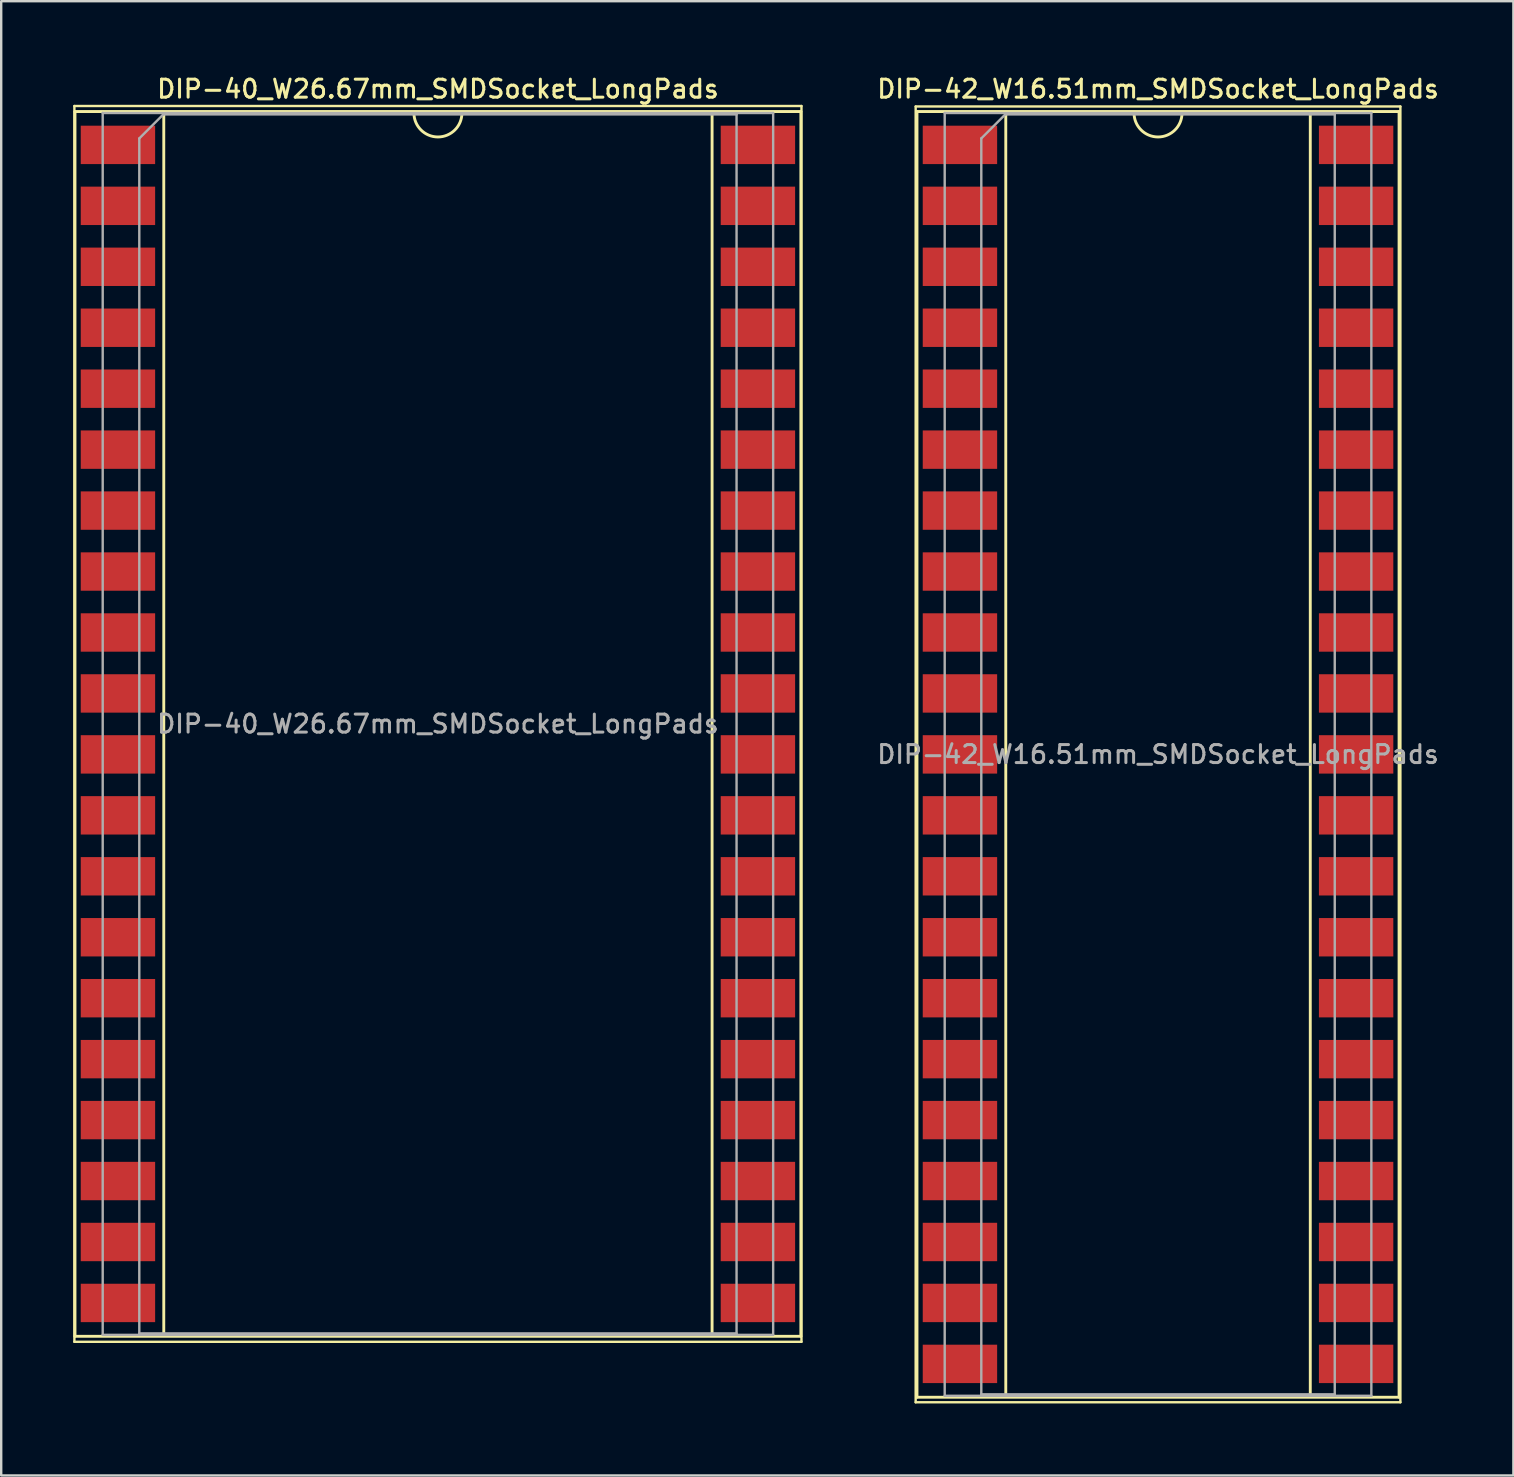
<source format=kicad_pcb>
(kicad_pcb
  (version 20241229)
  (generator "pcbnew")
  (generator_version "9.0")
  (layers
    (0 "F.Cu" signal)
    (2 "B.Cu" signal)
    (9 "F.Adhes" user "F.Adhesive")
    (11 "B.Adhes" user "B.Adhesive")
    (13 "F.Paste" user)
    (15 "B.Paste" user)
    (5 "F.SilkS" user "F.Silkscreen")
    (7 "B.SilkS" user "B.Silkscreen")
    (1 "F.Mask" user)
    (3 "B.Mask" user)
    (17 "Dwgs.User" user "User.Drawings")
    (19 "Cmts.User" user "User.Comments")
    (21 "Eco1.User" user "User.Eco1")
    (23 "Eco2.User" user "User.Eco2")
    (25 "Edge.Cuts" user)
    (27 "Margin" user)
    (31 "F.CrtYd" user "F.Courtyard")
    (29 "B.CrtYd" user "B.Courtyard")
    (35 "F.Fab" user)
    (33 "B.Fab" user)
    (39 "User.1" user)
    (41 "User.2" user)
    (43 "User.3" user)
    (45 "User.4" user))
  (footprint "DIP-42_W16.51mm_SMDSocket_LongPads"
    (layer "F.Cu")
    (at 45.209 28.388)
    (property "Reference" "DIP-42_W16.51mm_SMDSocket_LongPads" (at 0 -27.73 0) (layer "F.SilkS") (effects (font (size 0.75 0.75) (thickness 0.125))))
    (attr smd)
    (fp_line (start -10.1 -27) (end -10.1 27) (stroke (width 0.1) (type solid)) (layer "F.SilkS"))
    (fp_line (start -10.1 27) (end 10.1 27) (stroke (width 0.1) (type solid)) (layer "F.SilkS"))
    (fp_line (start -10.045 -26.79) (end -10.045 26.79) (stroke (width 0.12) (type solid)) (layer "F.SilkS"))
    (fp_line (start -10.045 26.79) (end 10.045 26.79) (stroke (width 0.12) (type solid)) (layer "F.SilkS"))
    (fp_line (start -6.345 -26.73) (end -6.345 26.73) (stroke (width 0.12) (type solid)) (layer "F.SilkS"))
    (fp_line (start -6.345 26.73) (end 6.345 26.73) (stroke (width 0.12) (type solid)) (layer "F.SilkS"))
    (fp_line (start -1 -26.73) (end -6.345 -26.73) (stroke (width 0.12) (type solid)) (layer "F.SilkS"))
    (fp_line (start 6.345 -26.73) (end 1 -26.73) (stroke (width 0.12) (type solid)) (layer "F.SilkS"))
    (fp_line (start 6.345 26.73) (end 6.345 -26.73) (stroke (width 0.12) (type solid)) (layer "F.SilkS"))
    (fp_line (start 10.045 -26.79) (end -10.045 -26.79) (stroke (width 0.12) (type solid)) (layer "F.SilkS"))
    (fp_line (start 10.045 26.79) (end 10.045 -26.79) (stroke (width 0.12) (type solid)) (layer "F.SilkS"))
    (fp_line (start 10.1 -27) (end -10.1 -27) (stroke (width 0.1) (type solid)) (layer "F.SilkS"))
    (fp_line (start 10.1 27) (end 10.1 -27) (stroke (width 0.1) (type solid)) (layer "F.SilkS"))
    (fp_arc (start 1 -26.73) (mid 0 -25.73) (end -1 -26.73) (stroke (width 0.12) (type solid)) (layer "F.SilkS"))
    (fp_line (start -8.89 -26.73) (end -8.89 26.73) (stroke (width 0.1) (type solid)) (layer "F.Fab"))
    (fp_line (start -8.89 26.73) (end 8.89 26.73) (stroke (width 0.1) (type solid)) (layer "F.Fab"))
    (fp_line (start -7.365 -25.67) (end -6.365 -26.67) (stroke (width 0.1) (type solid)) (layer "F.Fab"))
    (fp_line (start -7.365 26.67) (end -7.365 -25.67) (stroke (width 0.1) (type solid)) (layer "F.Fab"))
    (fp_line (start -6.365 -26.67) (end 7.365 -26.67) (stroke (width 0.1) (type solid)) (layer "F.Fab"))
    (fp_line (start 7.365 -26.67) (end 7.365 26.67) (stroke (width 0.1) (type solid)) (layer "F.Fab"))
    (fp_line (start 7.365 26.67) (end -7.365 26.67) (stroke (width 0.1) (type solid)) (layer "F.Fab"))
    (fp_line (start 8.89 -26.73) (end -8.89 -26.73) (stroke (width 0.1) (type solid)) (layer "F.Fab"))
    (fp_line (start 8.89 26.73) (end 8.89 -26.73) (stroke (width 0.1) (type solid)) (layer "F.Fab"))
    (fp_text user "${REFERENCE}" (at 0 0 0) (layer "F.Fab") (effects (font (size 0.75 0.75) (thickness 0.125))))
    (pad "1" smd rect (at -8.255 -25.4) (size 3.1 1.6) (layers "F.Cu" "F.Mask" "F.Paste"))
    (pad "2" smd rect (at -8.255 -22.86) (size 3.1 1.6) (layers "F.Cu" "F.Mask" "F.Paste"))
    (pad "3" smd rect (at -8.255 -20.32) (size 3.1 1.6) (layers "F.Cu" "F.Mask" "F.Paste"))
    (pad "4" smd rect (at -8.255 -17.78) (size 3.1 1.6) (layers "F.Cu" "F.Mask" "F.Paste"))
    (pad "5" smd rect (at -8.255 -15.24) (size 3.1 1.6) (layers "F.Cu" "F.Mask" "F.Paste"))
    (pad "6" smd rect (at -8.255 -12.7) (size 3.1 1.6) (layers "F.Cu" "F.Mask" "F.Paste"))
    (pad "7" smd rect (at -8.255 -10.16) (size 3.1 1.6) (layers "F.Cu" "F.Mask" "F.Paste"))
    (pad "8" smd rect (at -8.255 -7.62) (size 3.1 1.6) (layers "F.Cu" "F.Mask" "F.Paste"))
    (pad "9" smd rect (at -8.255 -5.08) (size 3.1 1.6) (layers "F.Cu" "F.Mask" "F.Paste"))
    (pad "10" smd rect (at -8.255 -2.54) (size 3.1 1.6) (layers "F.Cu" "F.Mask" "F.Paste"))
    (pad "11" smd rect (at -8.255 0) (size 3.1 1.6) (layers "F.Cu" "F.Mask" "F.Paste"))
    (pad "12" smd rect (at -8.255 2.54) (size 3.1 1.6) (layers "F.Cu" "F.Mask" "F.Paste"))
    (pad "13" smd rect (at -8.255 5.08) (size 3.1 1.6) (layers "F.Cu" "F.Mask" "F.Paste"))
    (pad "14" smd rect (at -8.255 7.62) (size 3.1 1.6) (layers "F.Cu" "F.Mask" "F.Paste"))
    (pad "15" smd rect (at -8.255 10.16) (size 3.1 1.6) (layers "F.Cu" "F.Mask" "F.Paste"))
    (pad "16" smd rect (at -8.255 12.7) (size 3.1 1.6) (layers "F.Cu" "F.Mask" "F.Paste"))
    (pad "17" smd rect (at -8.255 15.24) (size 3.1 1.6) (layers "F.Cu" "F.Mask" "F.Paste"))
    (pad "18" smd rect (at -8.255 17.78) (size 3.1 1.6) (layers "F.Cu" "F.Mask" "F.Paste"))
    (pad "19" smd rect (at -8.255 20.32) (size 3.1 1.6) (layers "F.Cu" "F.Mask" "F.Paste"))
    (pad "20" smd rect (at -8.255 22.86) (size 3.1 1.6) (layers "F.Cu" "F.Mask" "F.Paste"))
    (pad "21" smd rect (at -8.255 25.4) (size 3.1 1.6) (layers "F.Cu" "F.Mask" "F.Paste"))
    (pad "22" smd rect (at 8.255 25.4) (size 3.1 1.6) (layers "F.Cu" "F.Mask" "F.Paste"))
    (pad "23" smd rect (at 8.255 22.86) (size 3.1 1.6) (layers "F.Cu" "F.Mask" "F.Paste"))
    (pad "24" smd rect (at 8.255 20.32) (size 3.1 1.6) (layers "F.Cu" "F.Mask" "F.Paste"))
    (pad "25" smd rect (at 8.255 17.78) (size 3.1 1.6) (layers "F.Cu" "F.Mask" "F.Paste"))
    (pad "26" smd rect (at 8.255 15.24) (size 3.1 1.6) (layers "F.Cu" "F.Mask" "F.Paste"))
    (pad "27" smd rect (at 8.255 12.7) (size 3.1 1.6) (layers "F.Cu" "F.Mask" "F.Paste"))
    (pad "28" smd rect (at 8.255 10.16) (size 3.1 1.6) (layers "F.Cu" "F.Mask" "F.Paste"))
    (pad "29" smd rect (at 8.255 7.62) (size 3.1 1.6) (layers "F.Cu" "F.Mask" "F.Paste"))
    (pad "30" smd rect (at 8.255 5.08) (size 3.1 1.6) (layers "F.Cu" "F.Mask" "F.Paste"))
    (pad "31" smd rect (at 8.255 2.54) (size 3.1 1.6) (layers "F.Cu" "F.Mask" "F.Paste"))
    (pad "32" smd rect (at 8.255 0) (size 3.1 1.6) (layers "F.Cu" "F.Mask" "F.Paste"))
    (pad "33" smd rect (at 8.255 -2.54) (size 3.1 1.6) (layers "F.Cu" "F.Mask" "F.Paste"))
    (pad "34" smd rect (at 8.255 -5.08) (size 3.1 1.6) (layers "F.Cu" "F.Mask" "F.Paste"))
    (pad "35" smd rect (at 8.255 -7.62) (size 3.1 1.6) (layers "F.Cu" "F.Mask" "F.Paste"))
    (pad "36" smd rect (at 8.255 -10.16) (size 3.1 1.6) (layers "F.Cu" "F.Mask" "F.Paste"))
    (pad "37" smd rect (at 8.255 -12.7) (size 3.1 1.6) (layers "F.Cu" "F.Mask" "F.Paste"))
    (pad "38" smd rect (at 8.255 -15.24) (size 3.1 1.6) (layers "F.Cu" "F.Mask" "F.Paste"))
    (pad "39" smd rect (at 8.255 -17.78) (size 3.1 1.6) (layers "F.Cu" "F.Mask" "F.Paste"))
    (pad "40" smd rect (at 8.255 -20.32) (size 3.1 1.6) (layers "F.Cu" "F.Mask" "F.Paste"))
    (pad "41" smd rect (at 8.255 -22.86) (size 3.1 1.6) (layers "F.Cu" "F.Mask" "F.Paste"))
    (pad "42" smd rect (at 8.255 -25.4) (size 3.1 1.6) (layers "F.Cu" "F.Mask" "F.Paste")))
  (footprint "DIP-40_W26.67mm_SMDSocket_LongPads"
    (layer "F.Cu")
    (at 15.2 27.118)
    (property "Reference" "DIP-40_W26.67mm_SMDSocket_LongPads" (at 0 -26.46 0) (layer "F.SilkS") (effects (font (size 0.75 0.75) (thickness 0.125))))
    (attr smd)
    (fp_line (start -15.15 -25.75) (end -15.15 25.75) (stroke (width 0.1) (type solid)) (layer "F.SilkS"))
    (fp_line (start -15.15 25.75) (end 15.15 25.75) (stroke (width 0.1) (type solid)) (layer "F.SilkS"))
    (fp_line (start -15.125 -25.52) (end -15.125 25.52) (stroke (width 0.12) (type solid)) (layer "F.SilkS"))
    (fp_line (start -15.125 25.52) (end 15.125 25.52) (stroke (width 0.12) (type solid)) (layer "F.SilkS"))
    (fp_line (start -11.425 -25.46) (end -11.425 25.46) (stroke (width 0.12) (type solid)) (layer "F.SilkS"))
    (fp_line (start -11.425 25.46) (end 11.425 25.46) (stroke (width 0.12) (type solid)) (layer "F.SilkS"))
    (fp_line (start -1 -25.46) (end -11.425 -25.46) (stroke (width 0.12) (type solid)) (layer "F.SilkS"))
    (fp_line (start 11.425 -25.46) (end 1 -25.46) (stroke (width 0.12) (type solid)) (layer "F.SilkS"))
    (fp_line (start 11.425 25.46) (end 11.425 -25.46) (stroke (width 0.12) (type solid)) (layer "F.SilkS"))
    (fp_line (start 15.125 -25.52) (end -15.125 -25.52) (stroke (width 0.12) (type solid)) (layer "F.SilkS"))
    (fp_line (start 15.125 25.52) (end 15.125 -25.52) (stroke (width 0.12) (type solid)) (layer "F.SilkS"))
    (fp_line (start 15.15 -25.75) (end -15.15 -25.75) (stroke (width 0.1) (type solid)) (layer "F.SilkS"))
    (fp_line (start 15.15 25.75) (end 15.15 -25.75) (stroke (width 0.1) (type solid)) (layer "F.SilkS"))
    (fp_arc (start 1 -25.46) (mid 0 -24.46) (end -1 -25.46) (stroke (width 0.12) (type solid)) (layer "F.SilkS"))
    (fp_line (start -13.97 -25.46) (end -13.97 25.46) (stroke (width 0.1) (type solid)) (layer "F.Fab"))
    (fp_line (start -13.97 25.46) (end 13.97 25.46) (stroke (width 0.1) (type solid)) (layer "F.Fab"))
    (fp_line (start -12.445 -24.4) (end -11.445 -25.4) (stroke (width 0.1) (type solid)) (layer "F.Fab"))
    (fp_line (start -12.445 25.4) (end -12.445 -24.4) (stroke (width 0.1) (type solid)) (layer "F.Fab"))
    (fp_line (start -11.445 -25.4) (end 12.445 -25.4) (stroke (width 0.1) (type solid)) (layer "F.Fab"))
    (fp_line (start 12.445 -25.4) (end 12.445 25.4) (stroke (width 0.1) (type solid)) (layer "F.Fab"))
    (fp_line (start 12.445 25.4) (end -12.445 25.4) (stroke (width 0.1) (type solid)) (layer "F.Fab"))
    (fp_line (start 13.97 -25.46) (end -13.97 -25.46) (stroke (width 0.1) (type solid)) (layer "F.Fab"))
    (fp_line (start 13.97 25.46) (end 13.97 -25.46) (stroke (width 0.1) (type solid)) (layer "F.Fab"))
    (fp_text user "${REFERENCE}" (at 0 0 0) (layer "F.Fab") (effects (font (size 0.75 0.75) (thickness 0.125))))
    (pad "1" smd rect (at -13.335 -24.13) (size 3.1 1.6) (layers "F.Cu" "F.Mask" "F.Paste"))
    (pad "2" smd rect (at -13.335 -21.59) (size 3.1 1.6) (layers "F.Cu" "F.Mask" "F.Paste"))
    (pad "3" smd rect (at -13.335 -19.05) (size 3.1 1.6) (layers "F.Cu" "F.Mask" "F.Paste"))
    (pad "4" smd rect (at -13.335 -16.51) (size 3.1 1.6) (layers "F.Cu" "F.Mask" "F.Paste"))
    (pad "5" smd rect (at -13.335 -13.97) (size 3.1 1.6) (layers "F.Cu" "F.Mask" "F.Paste"))
    (pad "6" smd rect (at -13.335 -11.43) (size 3.1 1.6) (layers "F.Cu" "F.Mask" "F.Paste"))
    (pad "7" smd rect (at -13.335 -8.89) (size 3.1 1.6) (layers "F.Cu" "F.Mask" "F.Paste"))
    (pad "8" smd rect (at -13.335 -6.35) (size 3.1 1.6) (layers "F.Cu" "F.Mask" "F.Paste"))
    (pad "9" smd rect (at -13.335 -3.81) (size 3.1 1.6) (layers "F.Cu" "F.Mask" "F.Paste"))
    (pad "10" smd rect (at -13.335 -1.27) (size 3.1 1.6) (layers "F.Cu" "F.Mask" "F.Paste"))
    (pad "11" smd rect (at -13.335 1.27) (size 3.1 1.6) (layers "F.Cu" "F.Mask" "F.Paste"))
    (pad "12" smd rect (at -13.335 3.81) (size 3.1 1.6) (layers "F.Cu" "F.Mask" "F.Paste"))
    (pad "13" smd rect (at -13.335 6.35) (size 3.1 1.6) (layers "F.Cu" "F.Mask" "F.Paste"))
    (pad "14" smd rect (at -13.335 8.89) (size 3.1 1.6) (layers "F.Cu" "F.Mask" "F.Paste"))
    (pad "15" smd rect (at -13.335 11.43) (size 3.1 1.6) (layers "F.Cu" "F.Mask" "F.Paste"))
    (pad "16" smd rect (at -13.335 13.97) (size 3.1 1.6) (layers "F.Cu" "F.Mask" "F.Paste"))
    (pad "17" smd rect (at -13.335 16.51) (size 3.1 1.6) (layers "F.Cu" "F.Mask" "F.Paste"))
    (pad "18" smd rect (at -13.335 19.05) (size 3.1 1.6) (layers "F.Cu" "F.Mask" "F.Paste"))
    (pad "19" smd rect (at -13.335 21.59) (size 3.1 1.6) (layers "F.Cu" "F.Mask" "F.Paste"))
    (pad "20" smd rect (at -13.335 24.13) (size 3.1 1.6) (layers "F.Cu" "F.Mask" "F.Paste"))
    (pad "21" smd rect (at 13.335 24.13) (size 3.1 1.6) (layers "F.Cu" "F.Mask" "F.Paste"))
    (pad "22" smd rect (at 13.335 21.59) (size 3.1 1.6) (layers "F.Cu" "F.Mask" "F.Paste"))
    (pad "23" smd rect (at 13.335 19.05) (size 3.1 1.6) (layers "F.Cu" "F.Mask" "F.Paste"))
    (pad "24" smd rect (at 13.335 16.51) (size 3.1 1.6) (layers "F.Cu" "F.Mask" "F.Paste"))
    (pad "25" smd rect (at 13.335 13.97) (size 3.1 1.6) (layers "F.Cu" "F.Mask" "F.Paste"))
    (pad "26" smd rect (at 13.335 11.43) (size 3.1 1.6) (layers "F.Cu" "F.Mask" "F.Paste"))
    (pad "27" smd rect (at 13.335 8.89) (size 3.1 1.6) (layers "F.Cu" "F.Mask" "F.Paste"))
    (pad "28" smd rect (at 13.335 6.35) (size 3.1 1.6) (layers "F.Cu" "F.Mask" "F.Paste"))
    (pad "29" smd rect (at 13.335 3.81) (size 3.1 1.6) (layers "F.Cu" "F.Mask" "F.Paste"))
    (pad "30" smd rect (at 13.335 1.27) (size 3.1 1.6) (layers "F.Cu" "F.Mask" "F.Paste"))
    (pad "31" smd rect (at 13.335 -1.27) (size 3.1 1.6) (layers "F.Cu" "F.Mask" "F.Paste"))
    (pad "32" smd rect (at 13.335 -3.81) (size 3.1 1.6) (layers "F.Cu" "F.Mask" "F.Paste"))
    (pad "33" smd rect (at 13.335 -6.35) (size 3.1 1.6) (layers "F.Cu" "F.Mask" "F.Paste"))
    (pad "34" smd rect (at 13.335 -8.89) (size 3.1 1.6) (layers "F.Cu" "F.Mask" "F.Paste"))
    (pad "35" smd rect (at 13.335 -11.43) (size 3.1 1.6) (layers "F.Cu" "F.Mask" "F.Paste"))
    (pad "36" smd rect (at 13.335 -13.97) (size 3.1 1.6) (layers "F.Cu" "F.Mask" "F.Paste"))
    (pad "37" smd rect (at 13.335 -16.51) (size 3.1 1.6) (layers "F.Cu" "F.Mask" "F.Paste"))
    (pad "38" smd rect (at 13.335 -19.05) (size 3.1 1.6) (layers "F.Cu" "F.Mask" "F.Paste"))
    (pad "39" smd rect (at 13.335 -21.59) (size 3.1 1.6) (layers "F.Cu" "F.Mask" "F.Paste"))
    (pad "40" smd rect (at 13.335 -24.13) (size 3.1 1.6) (layers "F.Cu" "F.Mask" "F.Paste")))
  (gr_rect
    (start -3 -3)
    (end 60.018 58.438)
    (stroke (width 0.1) (type default))
    (fill no)
    (layer "Edge.Cuts")))
</source>
